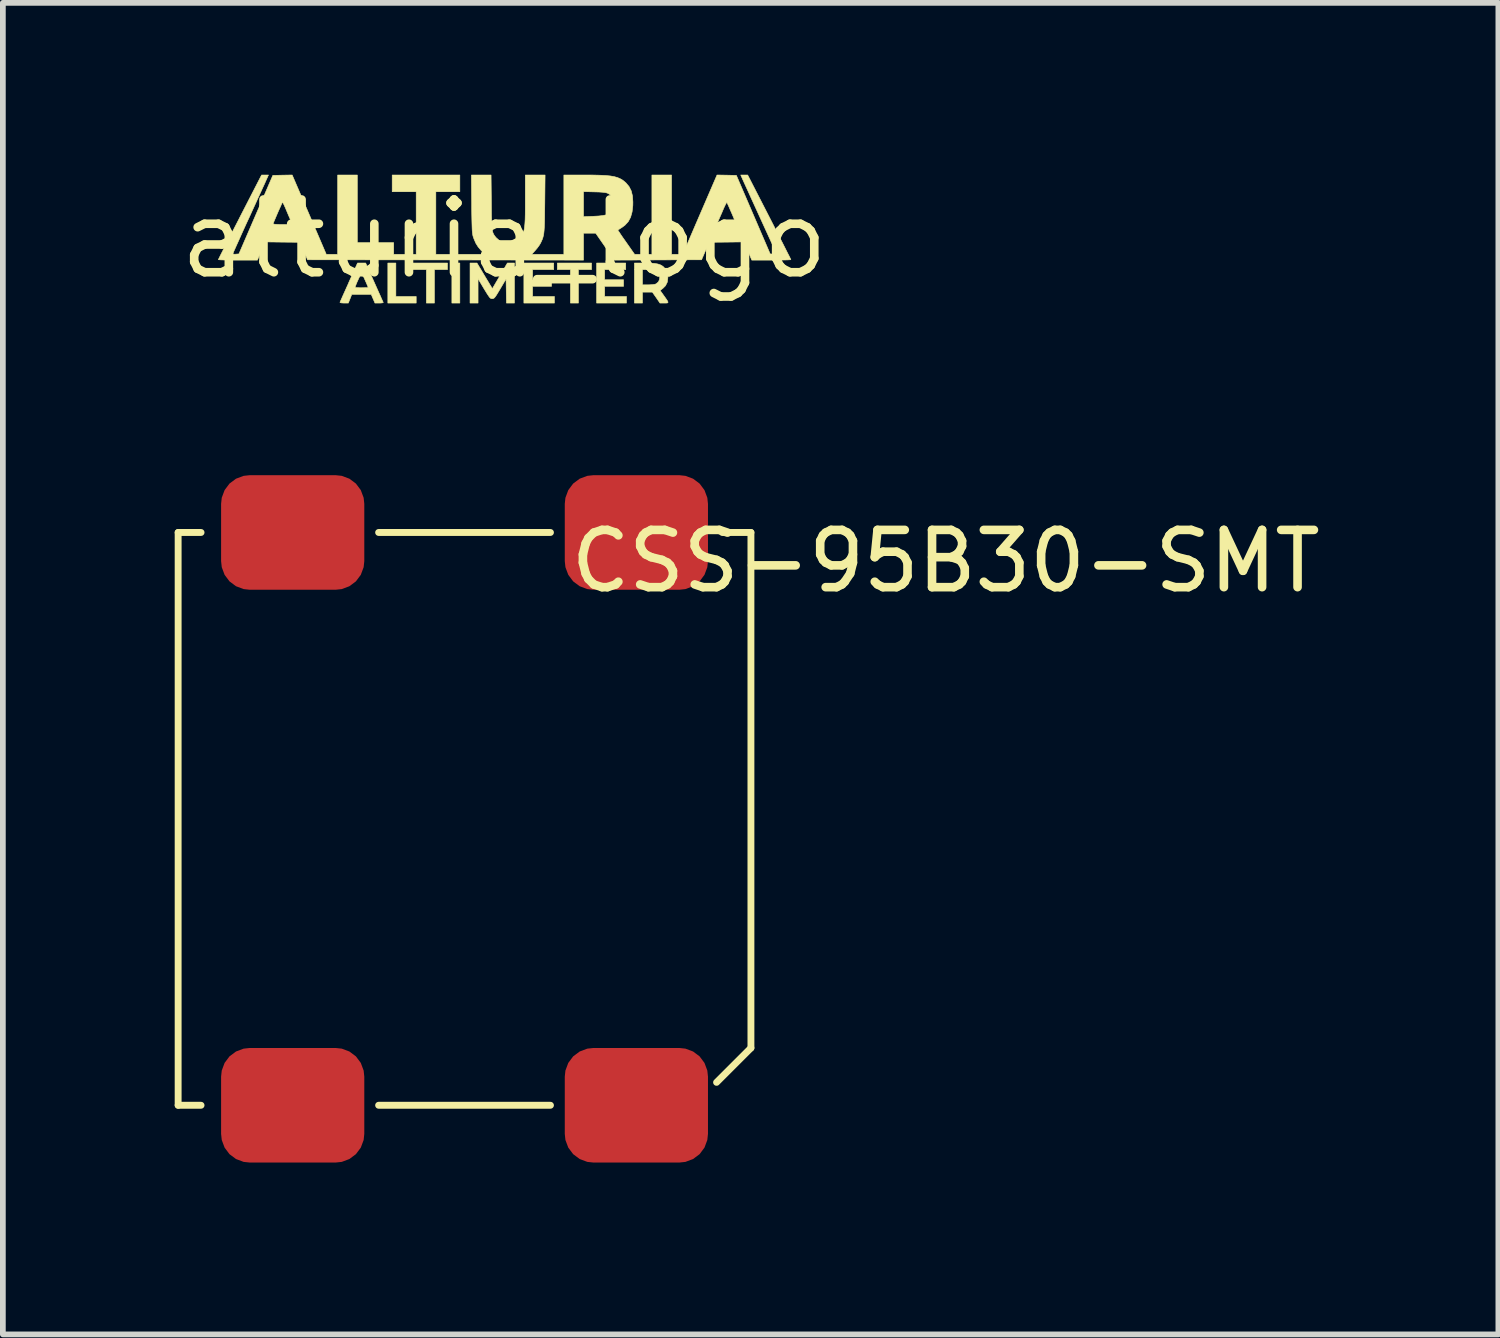
<source format=kicad_pcb>
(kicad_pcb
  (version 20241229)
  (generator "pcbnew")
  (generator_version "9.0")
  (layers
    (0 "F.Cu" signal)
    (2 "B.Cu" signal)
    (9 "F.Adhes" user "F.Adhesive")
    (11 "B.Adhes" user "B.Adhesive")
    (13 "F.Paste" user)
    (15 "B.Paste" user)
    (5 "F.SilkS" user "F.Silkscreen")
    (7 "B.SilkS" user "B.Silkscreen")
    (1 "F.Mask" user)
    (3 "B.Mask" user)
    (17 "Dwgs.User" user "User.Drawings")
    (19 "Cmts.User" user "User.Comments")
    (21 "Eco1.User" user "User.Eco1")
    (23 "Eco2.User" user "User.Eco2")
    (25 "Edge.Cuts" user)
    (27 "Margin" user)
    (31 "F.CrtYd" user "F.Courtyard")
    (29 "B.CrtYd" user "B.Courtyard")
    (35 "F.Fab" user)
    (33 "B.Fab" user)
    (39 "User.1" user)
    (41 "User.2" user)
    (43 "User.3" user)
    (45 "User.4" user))
  (footprint "alturia_logo"
    (layer "F.Cu")
    (at 5.753 1.123)
    (property "Reference" "alturia_logo" (at 0 0 0) (layer "F.SilkS") (effects (font (size 1.27 1.27) (thickness 0.15))))
    (attr exclude_from_pos_files exclude_from_bom)
    (fp_poly (pts (xy -0.775 1.118) (xy -0.914 1.118) (xy -0.914 0.419) (xy -0.775 0.419) (xy -0.775 1.118)) (stroke (width 0.01) (type solid)) (fill yes) (layer "F.SilkS"))
    (fp_poly (pts (xy -1.892 1.003) (xy -1.537 1.003) (xy -1.537 1.118) (xy -2.032 1.118) (xy -2.032 0.419) (xy -1.892 0.419) (xy -1.892 1.003)) (stroke (width 0.01) (type solid)) (fill yes) (layer "F.SilkS"))
    (fp_poly (pts (xy -0.991 0.533) (xy -1.219 0.533) (xy -1.219 1.118) (xy -1.359 1.118) (xy -1.359 0.533) (xy -1.6 0.533) (xy -1.6 0.419) (xy -0.991 0.419) (xy -0.991 0.533)) (stroke (width 0.01) (type solid)) (fill yes) (layer "F.SilkS"))
    (fp_poly (pts (xy 1.524 0.533) (xy 1.295 0.533) (xy 1.295 1.118) (xy 1.156 1.118) (xy 1.156 0.533) (xy 0.927 0.533) (xy 0.927 0.419) (xy 1.524 0.419) (xy 1.524 0.533)) (stroke (width 0.01) (type solid)) (fill yes) (layer "F.SilkS"))
    (fp_poly (pts (xy 0.864 0.533) (xy 0.495 0.533) (xy 0.495 0.711) (xy 0.826 0.711) (xy 0.826 0.826) (xy 0.495 0.826) (xy 0.495 1.003) (xy 0.876 1.003) (xy 0.876 1.118) (xy 0.343 1.118) (xy 0.343 0.419) (xy 0.864 0.419) (xy 0.864 0.533)) (stroke (width 0.01) (type solid)) (fill yes) (layer "F.SilkS"))
    (fp_poly (pts (xy 2.121 0.533) (xy 1.753 0.533) (xy 1.753 0.711) (xy 2.083 0.711) (xy 2.083 0.826) (xy 1.753 0.826) (xy 1.753 1.003) (xy 2.134 1.003) (xy 2.134 1.118) (xy 1.613 1.118) (xy 1.613 0.419) (xy 2.121 0.419) (xy 2.121 0.533)) (stroke (width 0.01) (type solid)) (fill yes) (layer "F.SilkS"))
    (fp_poly (pts (xy 0.116 0.419) (xy 0.178 0.419) (xy 0.178 1.118) (xy 0.039 1.118) (xy 0.032 0.697) (xy -0.07 0.869) (xy -0.109 0.934) (xy -0.137 0.98) (xy -0.159 1.011) (xy -0.175 1.029) (xy -0.19 1.038) (xy -0.204 1.041) (xy -0.21 1.041) (xy -0.225 1.04) (xy -0.239 1.034) (xy -0.254 1.02) (xy -0.273 0.994) (xy -0.299 0.955) (xy -0.334 0.898) (xy -0.353 0.867) (xy -0.457 0.692) (xy -0.457 0.905) (xy -0.457 1.118) (xy -0.597 1.118) (xy -0.597 0.419) (xy -0.476 0.419) (xy -0.371 0.594) (xy -0.333 0.658) (xy -0.297 0.718) (xy -0.266 0.769) (xy -0.244 0.806) (xy -0.237 0.817) (xy -0.207 0.866) (xy -0.076 0.643) (xy 0.055 0.419) (xy 0.116 0.419)) (stroke (width 0.01) (type solid)) (fill yes) (layer "F.SilkS"))
    (fp_poly (pts (xy 2.551 0.421) (xy 2.625 0.426) (xy 2.683 0.436) (xy 2.729 0.452) (xy 2.766 0.474) (xy 2.786 0.491) (xy 2.83 0.548) (xy 2.853 0.618) (xy 2.857 0.674) (xy 2.847 0.752) (xy 2.815 0.816) (xy 2.768 0.863) (xy 2.721 0.897) (xy 2.784 0.985) (xy 2.823 1.04) (xy 2.848 1.077) (xy 2.859 1.1) (xy 2.857 1.112) (xy 2.842 1.117) (xy 2.814 1.118) (xy 2.795 1.118) (xy 2.719 1.118) (xy 2.653 1.022) (xy 2.586 0.927) (xy 2.413 0.927) (xy 2.413 1.118) (xy 2.273 1.118) (xy 2.273 0.8) (xy 2.413 0.8) (xy 2.515 0.8) (xy 2.581 0.797) (xy 2.63 0.79) (xy 2.652 0.782) (xy 2.691 0.749) (xy 2.712 0.704) (xy 2.716 0.653) (xy 2.7 0.606) (xy 2.689 0.591) (xy 2.648 0.56) (xy 2.587 0.542) (xy 2.504 0.534) (xy 2.486 0.534) (xy 2.413 0.533) (xy 2.413 0.8) (xy 2.273 0.8) (xy 2.273 0.419) (xy 2.455 0.419) (xy 2.551 0.421)) (stroke (width 0.01) (type solid)) (fill yes) (layer "F.SilkS"))
    (fp_poly (pts (xy -2.49 0.419) (xy -2.419 0.419) (xy -2.268 0.759) (xy -2.229 0.846) (xy -2.194 0.925) (xy -2.163 0.993) (xy -2.139 1.049) (xy -2.121 1.087) (xy -2.112 1.107) (xy -2.112 1.108) (xy -2.12 1.113) (xy -2.148 1.117) (xy -2.182 1.118) (xy -2.257 1.118) (xy -2.323 0.965) (xy -2.661 0.965) (xy -2.691 1.041) (xy -2.722 1.118) (xy -2.797 1.118) (xy -2.836 1.116) (xy -2.862 1.111) (xy -2.868 1.106) (xy -2.862 1.092) (xy -2.847 1.058) (xy -2.824 1.006) (xy -2.795 0.941) (xy -2.76 0.864) (xy -2.751 0.844) (xy -2.603 0.844) (xy -2.592 0.847) (xy -2.56 0.849) (xy -2.515 0.851) (xy -2.489 0.851) (xy -2.439 0.85) (xy -2.4 0.849) (xy -2.378 0.848) (xy -2.375 0.847) (xy -2.38 0.832) (xy -2.393 0.8) (xy -2.411 0.758) (xy -2.432 0.711) (xy -2.453 0.664) (xy -2.471 0.625) (xy -2.484 0.6) (xy -2.488 0.593) (xy -2.496 0.601) (xy -2.51 0.626) (xy -2.529 0.664) (xy -2.55 0.709) (xy -2.571 0.755) (xy -2.588 0.797) (xy -2.6 0.829) (xy -2.603 0.844) (xy -2.751 0.844) (xy -2.722 0.779) (xy -2.713 0.757) (xy -2.561 0.419) (xy -2.49 0.419)) (stroke (width 0.01) (type solid)) (fill yes) (layer "F.SilkS"))
    (fp_poly (pts (xy -3.404 -0.426) (xy -3.107 0.267) (xy -2.908 0.267) (xy -2.908 -1.118) (xy -2.565 -1.118) (xy -2.565 0.064) (xy -1.93 0.064) (xy -1.93 0.267) (xy -1.537 0.267) (xy -1.537 -0.826) (xy -1.956 -0.826) (xy -1.956 -1.118) (xy -0.775 -1.118) (xy -0.775 -0.826) (xy -1.194 -0.826) (xy -1.194 0.267) (xy -0.339 0.267) (xy -0.403 0.199) (xy -0.455 0.138) (xy -0.495 0.075) (xy -0.527 0.001) (xy -0.541 -0.038) (xy -0.547 -0.058) (xy -0.551 -0.082) (xy -0.555 -0.111) (xy -0.559 -0.149) (xy -0.561 -0.198) (xy -0.563 -0.261) (xy -0.565 -0.341) (xy -0.567 -0.439) (xy -0.568 -0.559) (xy -0.568 -0.613) (xy -0.573 -1.118) (xy -0.23 -1.118) (xy -0.225 -0.645) (xy -0.224 -0.515) (xy -0.223 -0.407) (xy -0.22 -0.32) (xy -0.217 -0.25) (xy -0.213 -0.195) (xy -0.207 -0.152) (xy -0.2 -0.118) (xy -0.189 -0.091) (xy -0.176 -0.068) (xy -0.16 -0.046) (xy -0.141 -0.023) (xy -0.08 0.031) (xy -0.01 0.064) (xy 0.064 0.076) (xy 0.138 0.068) (xy 0.207 0.04) (xy 0.268 -0.007) (xy 0.315 -0.073) (xy 0.317 -0.076) (xy 0.33 -0.105) (xy 0.341 -0.136) (xy 0.35 -0.172) (xy 0.356 -0.217) (xy 0.361 -0.272) (xy 0.365 -0.341) (xy 0.367 -0.427) (xy 0.368 -0.531) (xy 0.368 -0.658) (xy 0.368 -0.686) (xy 0.368 -1.118) (xy 0.713 -1.118) (xy 0.708 -0.619) (xy 0.706 -0.486) (xy 0.705 -0.375) (xy 0.703 -0.284) (xy 0.7 -0.21) (xy 0.696 -0.15) (xy 0.691 -0.101) (xy 0.684 -0.061) (xy 0.675 -0.026) (xy 0.664 0.006) (xy 0.65 0.038) (xy 0.635 0.07) (xy 0.611 0.11) (xy 0.577 0.157) (xy 0.543 0.197) (xy 0.48 0.267) (xy 1.041 0.267) (xy 1.041 -0.39) (xy 1.384 -0.39) (xy 1.559 -0.397) (xy 1.651 -0.402) (xy 1.721 -0.41) (xy 1.771 -0.42) (xy 1.787 -0.425) (xy 1.84 -0.457) (xy 1.875 -0.502) (xy 1.894 -0.564) (xy 1.898 -0.623) (xy 1.893 -0.69) (xy 1.876 -0.739) (xy 1.846 -0.775) (xy 1.813 -0.796) (xy 1.79 -0.805) (xy 1.759 -0.812) (xy 1.714 -0.817) (xy 1.653 -0.821) (xy 1.578 -0.823) (xy 1.384 -0.828) (xy 1.384 -0.39) (xy 1.041 -0.39) (xy 1.041 -1.118) (xy 1.41 -1.118) (xy 1.552 -1.117) (xy 1.671 -1.114) (xy 1.77 -1.109) (xy 1.853 -1.101) (xy 1.921 -1.089) (xy 1.978 -1.073) (xy 2.026 -1.052) (xy 2.069 -1.027) (xy 2.108 -0.995) (xy 2.125 -0.98) (xy 2.179 -0.916) (xy 2.217 -0.841) (xy 2.239 -0.752) (xy 2.246 -0.647) (xy 2.245 -0.586) (xy 2.232 -0.473) (xy 2.206 -0.38) (xy 2.165 -0.304) (xy 2.107 -0.241) (xy 2.053 -0.201) (xy 2.018 -0.179) (xy 1.993 -0.163) (xy 1.983 -0.158) (xy 1.989 -0.147) (xy 2.008 -0.119) (xy 2.036 -0.076) (xy 2.073 -0.022) (xy 2.117 0.04) (xy 2.128 0.056) (xy 2.276 0.267) (xy 2.578 0.267) (xy 2.578 -1.118) (xy 2.921 -1.118) (xy 2.921 0.267) (xy 3.019 0.267) (xy 3.118 0.267) (xy 3.342 -0.254) (xy 3.709 -0.254) (xy 3.88 -0.254) (xy 3.943 -0.254) (xy 3.995 -0.255) (xy 4.032 -0.257) (xy 4.05 -0.259) (xy 4.051 -0.259) (xy 4.046 -0.273) (xy 4.033 -0.306) (xy 4.014 -0.351) (xy 3.991 -0.406) (xy 3.966 -0.464) (xy 3.941 -0.52) (xy 3.919 -0.571) (xy 3.901 -0.61) (xy 3.89 -0.634) (xy 3.887 -0.638) (xy 3.879 -0.631) (xy 3.864 -0.605) (xy 3.844 -0.564) (xy 3.826 -0.524) (xy 3.8 -0.462) (xy 3.773 -0.401) (xy 3.75 -0.348) (xy 3.741 -0.327) (xy 3.709 -0.254) (xy 3.342 -0.254) (xy 3.715 -1.118) (xy 3.884 -1.115) (xy 4.053 -1.111) (xy 4.643 0.26) (xy 4.76 0.268) (xy 4.468 -0.371) (xy 4.413 -0.492) (xy 4.36 -0.608) (xy 4.311 -0.715) (xy 4.267 -0.813) (xy 4.228 -0.898) (xy 4.196 -0.968) (xy 4.172 -1.021) (xy 4.157 -1.054) (xy 4.153 -1.064) (xy 4.129 -1.118) (xy 4.25 -1.118) (xy 4.627 -0.384) (xy 4.692 -0.257) (xy 4.753 -0.137) (xy 4.81 -0.025) (xy 4.862 0.076) (xy 4.907 0.165) (xy 4.944 0.239) (xy 4.974 0.297) (xy 4.994 0.337) (xy 5.003 0.357) (xy 5.004 0.359) (xy 4.992 0.362) (xy 4.957 0.364) (xy 4.904 0.366) (xy 4.836 0.367) (xy 4.755 0.368) (xy 4.665 0.368) (xy 4.322 0.368) (xy 4.187 0.05) (xy 3.882 0.054) (xy 3.576 0.057) (xy 3.511 0.21) (xy 3.445 0.362) (xy 1.922 0.368) (xy 1.76 0.133) (xy 1.597 -0.102) (xy 1.491 -0.102) (xy 1.384 -0.102) (xy 1.384 0.133) (xy 1.384 0.368) (xy -1.024 0.365) (xy -3.433 0.362) (xy -3.498 0.21) (xy -3.564 0.057) (xy -3.869 0.054) (xy -4.174 0.05) (xy -4.242 0.209) (xy -4.309 0.368) (xy -4.65 0.368) (xy -4.74 0.368) (xy -4.821 0.367) (xy -4.89 0.366) (xy -4.944 0.364) (xy -4.978 0.362) (xy -4.991 0.36) (xy -4.991 0.36) (xy -4.985 0.347) (xy -4.969 0.314) (xy -4.943 0.262) (xy -4.908 0.193) (xy -4.866 0.109) (xy -4.816 0.012) (xy -4.761 -0.096) (xy -4.701 -0.213) (xy -4.637 -0.337) (xy -4.614 -0.383) (xy -4.236 -1.118) (xy -4.116 -1.118) (xy -4.146 -1.051) (xy -4.157 -1.027) (xy -4.177 -0.981) (xy -4.206 -0.918) (xy -4.242 -0.839) (xy -4.284 -0.747) (xy -4.331 -0.644) (xy -4.382 -0.533) (xy -4.435 -0.416) (xy -4.451 -0.381) (xy -4.505 -0.265) (xy -4.555 -0.155) (xy -4.601 -0.053) (xy -4.641 0.037) (xy -4.676 0.114) (xy -4.703 0.175) (xy -4.723 0.219) (xy -4.733 0.242) (xy -4.734 0.245) (xy -4.735 0.26) (xy -4.723 0.265) (xy -4.692 0.265) (xy -4.686 0.264) (xy -4.632 0.26) (xy -4.403 -0.27) (xy -4.035 -0.27) (xy -4.032 -0.263) (xy -4.014 -0.259) (xy -3.979 -0.256) (xy -3.924 -0.254) (xy -3.869 -0.254) (xy -3.697 -0.254) (xy -3.742 -0.359) (xy -3.769 -0.421) (xy -3.798 -0.49) (xy -3.823 -0.55) (xy -3.826 -0.556) (xy -3.845 -0.598) (xy -3.861 -0.627) (xy -3.872 -0.639) (xy -3.873 -0.639) (xy -3.881 -0.625) (xy -3.895 -0.593) (xy -3.916 -0.546) (xy -3.941 -0.491) (xy -3.967 -0.431) (xy -3.992 -0.372) (xy -4.015 -0.318) (xy -4.033 -0.274) (xy -4.035 -0.27) (xy -4.403 -0.27) (xy -4.336 -0.425) (xy -4.04 -1.111) (xy -3.871 -1.115) (xy -3.702 -1.118) (xy -3.404 -0.426)) (stroke (width 0.01) (type solid)) (fill yes) (layer "F.SilkS")))
  (footprint "CSS-95B30-SMT"
    (layer "F.Cu")
    (at 5.06 11.246)
    (property "Reference" "CSS-95B30-SMT" (at 8.4 -4.5 0) (layer "F.SilkS") (effects (font (size 1 1) (thickness 0.15))))
    (attr through_hole)
    (fp_line (start -5 -5) (end -5 5) (stroke (width 0.12) (type solid)) (layer "F.SilkS"))
    (fp_line (start -5 -5) (end -4.6 -5) (stroke (width 0.12) (type solid)) (layer "F.SilkS"))
    (fp_line (start -5 5) (end -4.6 5) (stroke (width 0.12) (type solid)) (layer "F.SilkS"))
    (fp_line (start -1.5 5) (end 1.5 5) (stroke (width 0.12) (type solid)) (layer "F.SilkS"))
    (fp_line (start 1.5 -5) (end -1.5 -5) (stroke (width 0.12) (type solid)) (layer "F.SilkS"))
    (fp_line (start 5 -5) (end 4.5 -5) (stroke (width 0.12) (type solid)) (layer "F.SilkS"))
    (fp_line (start 5 4) (end 4.4 4.6) (stroke (width 0.12) (type solid)) (layer "F.SilkS"))
    (fp_line (start 5 4) (end 5 -5) (stroke (width 0.12) (type solid)) (layer "F.SilkS"))
    (pad "1" smd roundrect (at -3 -5) (size 2.5 2) (layers "F.Cu" "F.Mask" "F.Paste") (roundrect_rratio 0.25))
    (pad "1" smd roundrect (at 3 -5) (size 2.5 2) (layers "F.Cu" "F.Mask" "F.Paste") (roundrect_rratio 0.25))
    (pad "2" smd roundrect (at -3 5) (size 2.5 2) (layers "F.Cu" "F.Mask" "F.Paste") (roundrect_rratio 0.25))
    (pad "2" smd roundrect (at 3 5) (size 2.5 2) (layers "F.Cu" "F.Mask" "F.Paste") (roundrect_rratio 0.25)))
  (gr_rect
    (start -3 -3)
    (end 23.109 20.246)
    (stroke (width 0.1) (type default))
    (fill no)
    (layer "Edge.Cuts")))
</source>
